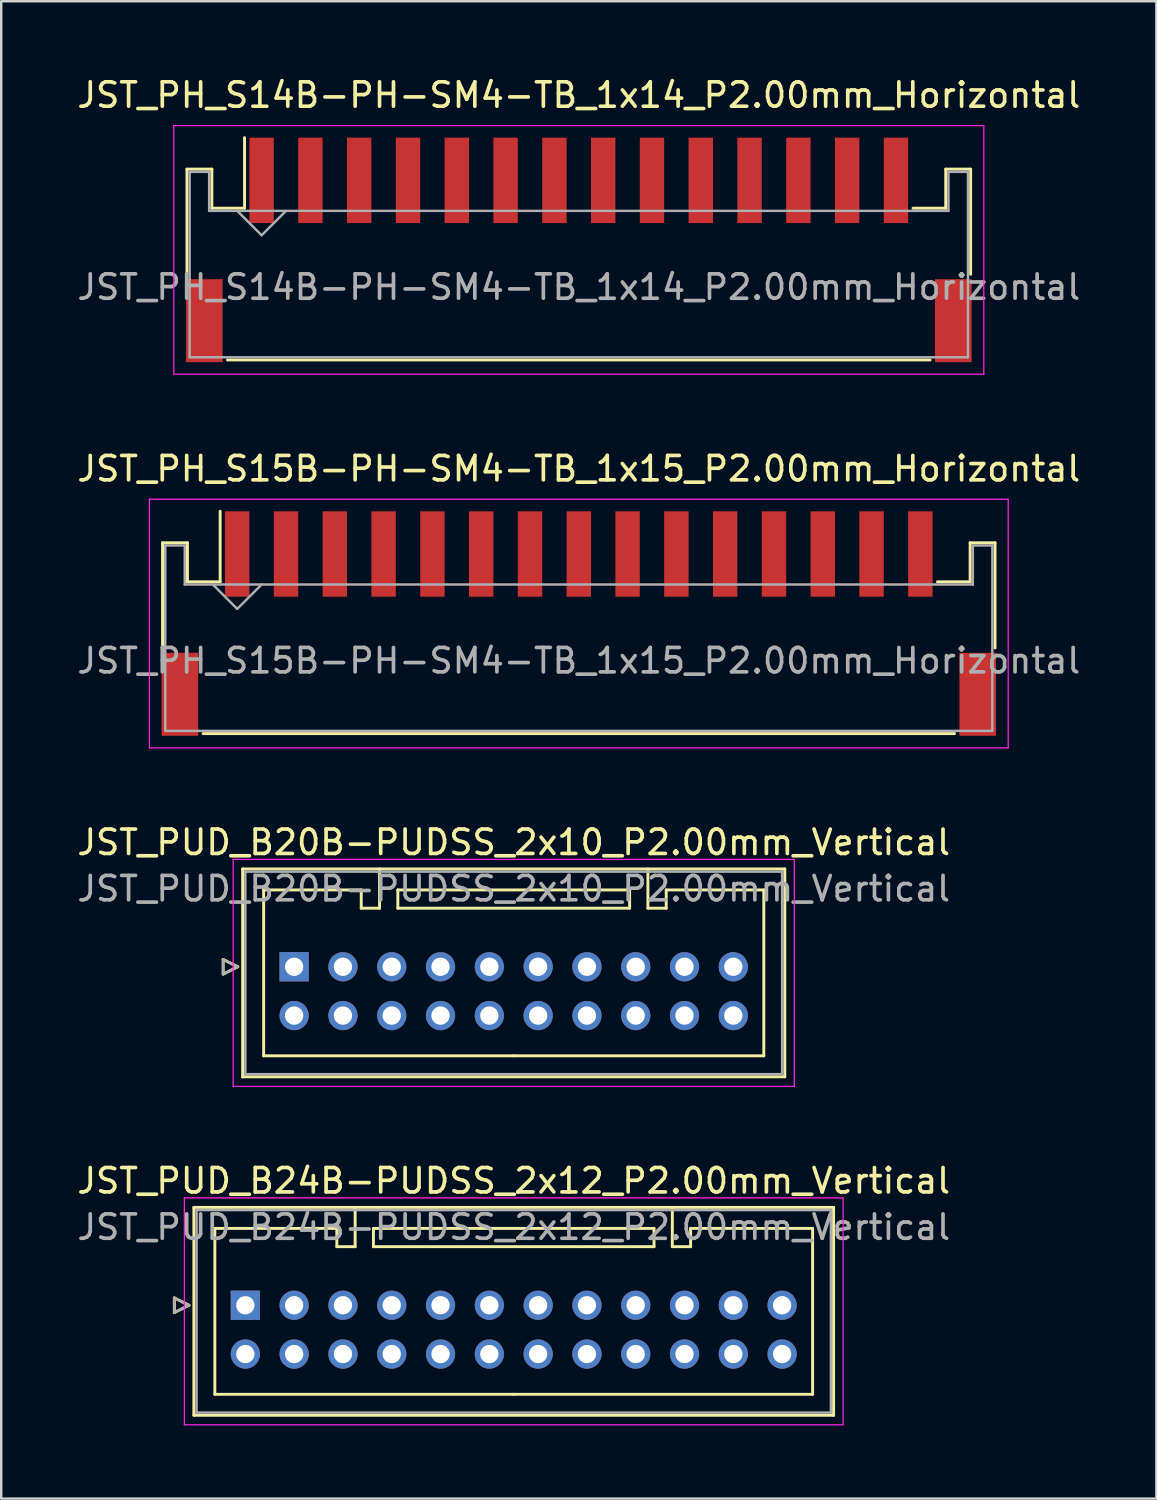
<source format=kicad_pcb>
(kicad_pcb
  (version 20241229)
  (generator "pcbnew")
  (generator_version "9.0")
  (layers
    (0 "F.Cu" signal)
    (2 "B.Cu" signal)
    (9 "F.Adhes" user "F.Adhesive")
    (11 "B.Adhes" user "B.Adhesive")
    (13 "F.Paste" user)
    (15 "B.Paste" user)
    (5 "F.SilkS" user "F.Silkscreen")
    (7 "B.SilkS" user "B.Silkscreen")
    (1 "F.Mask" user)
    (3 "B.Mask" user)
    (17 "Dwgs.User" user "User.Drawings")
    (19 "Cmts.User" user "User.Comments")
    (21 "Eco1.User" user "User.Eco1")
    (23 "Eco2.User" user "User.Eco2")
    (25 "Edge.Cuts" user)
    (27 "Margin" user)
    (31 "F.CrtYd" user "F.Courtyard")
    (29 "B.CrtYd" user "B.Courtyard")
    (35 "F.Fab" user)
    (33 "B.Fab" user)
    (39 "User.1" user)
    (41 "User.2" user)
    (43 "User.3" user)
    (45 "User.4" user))
  (footprint "JST_PUD_B24B-PUDSS_2x12_P2.00mm_Vertical"
    (layer "F.Cu")
    (at 7.006 50.448)
    (property "Reference" "JST_PUD_B24B-PUDSS_2x12_P2.00mm_Vertical" (at 11 -5.1 0) (layer "F.SilkS") (effects (font (size 1 1) (thickness 0.15))))
    (attr through_hole)
    (fp_line (start -2.91 -0.3) (end -2.31 0) (stroke (width 0.12) (type solid)) (layer "F.SilkS"))
    (fp_line (start -2.91 0.3) (end -2.91 -0.3) (stroke (width 0.12) (type solid)) (layer "F.SilkS"))
    (fp_line (start -2.31 0) (end -2.91 0.3) (stroke (width 0.12) (type solid)) (layer "F.SilkS"))
    (fp_line (start -2.11 -4.01) (end -2.11 4.51) (stroke (width 0.12) (type solid)) (layer "F.SilkS"))
    (fp_line (start -2.11 4.51) (end 24.11 4.51) (stroke (width 0.12) (type solid)) (layer "F.SilkS"))
    (fp_line (start -1.25 -3.15) (end -1.25 3.65) (stroke (width 0.12) (type solid)) (layer "F.SilkS"))
    (fp_line (start -1.25 3.65) (end 11 3.65) (stroke (width 0.12) (type solid)) (layer "F.SilkS"))
    (fp_line (start 3.75 -3.15) (end -1.25 -3.15) (stroke (width 0.12) (type solid)) (layer "F.SilkS"))
    (fp_line (start 3.75 -2.4) (end 3.75 -3.15) (stroke (width 0.12) (type solid)) (layer "F.SilkS"))
    (fp_line (start 4.5 -4.01) (end 4.5 -2.4) (stroke (width 0.12) (type solid)) (layer "F.SilkS"))
    (fp_line (start 4.5 -2.4) (end 3.75 -2.4) (stroke (width 0.12) (type solid)) (layer "F.SilkS"))
    (fp_line (start 5.25 -3.15) (end 5.25 -2.4) (stroke (width 0.12) (type solid)) (layer "F.SilkS"))
    (fp_line (start 5.25 -2.4) (end 16.75 -2.4) (stroke (width 0.12) (type solid)) (layer "F.SilkS"))
    (fp_line (start 16.75 -3.15) (end 5.25 -3.15) (stroke (width 0.12) (type solid)) (layer "F.SilkS"))
    (fp_line (start 16.75 -2.4) (end 16.75 -3.15) (stroke (width 0.12) (type solid)) (layer "F.SilkS"))
    (fp_line (start 17.5 -4.01) (end 17.5 -2.4) (stroke (width 0.12) (type solid)) (layer "F.SilkS"))
    (fp_line (start 17.5 -2.4) (end 18.25 -2.4) (stroke (width 0.12) (type solid)) (layer "F.SilkS"))
    (fp_line (start 18.25 -3.15) (end 23.25 -3.15) (stroke (width 0.12) (type solid)) (layer "F.SilkS"))
    (fp_line (start 18.25 -2.4) (end 18.25 -3.15) (stroke (width 0.12) (type solid)) (layer "F.SilkS"))
    (fp_line (start 23.25 -3.15) (end 23.25 3.65) (stroke (width 0.12) (type solid)) (layer "F.SilkS"))
    (fp_line (start 23.25 3.65) (end 11 3.65) (stroke (width 0.12) (type solid)) (layer "F.SilkS"))
    (fp_line (start 24.11 -4.01) (end -2.11 -4.01) (stroke (width 0.12) (type solid)) (layer "F.SilkS"))
    (fp_line (start 24.11 4.51) (end 24.11 -4.01) (stroke (width 0.12) (type solid)) (layer "F.SilkS"))
    (fp_line (start -2.5 -4.4) (end -2.5 4.9) (stroke (width 0.05) (type solid)) (layer "F.CrtYd"))
    (fp_line (start -2.5 4.9) (end 24.5 4.9) (stroke (width 0.05) (type solid)) (layer "F.CrtYd"))
    (fp_line (start 24.5 -4.4) (end -2.5 -4.4) (stroke (width 0.05) (type solid)) (layer "F.CrtYd"))
    (fp_line (start 24.5 4.9) (end 24.5 -4.4) (stroke (width 0.05) (type solid)) (layer "F.CrtYd"))
    (fp_line (start -2.91 -0.3) (end -2.31 0) (stroke (width 0.1) (type solid)) (layer "F.Fab"))
    (fp_line (start -2.91 0.3) (end -2.91 -0.3) (stroke (width 0.1) (type solid)) (layer "F.Fab"))
    (fp_line (start -2.31 0) (end -2.91 0.3) (stroke (width 0.1) (type solid)) (layer "F.Fab"))
    (fp_line (start -2 -3.9) (end -2 4.4) (stroke (width 0.1) (type solid)) (layer "F.Fab"))
    (fp_line (start -2 4.4) (end 24 4.4) (stroke (width 0.1) (type solid)) (layer "F.Fab"))
    (fp_line (start 24 -3.9) (end -2 -3.9) (stroke (width 0.1) (type solid)) (layer "F.Fab"))
    (fp_line (start 24 4.4) (end 24 -3.9) (stroke (width 0.1) (type solid)) (layer "F.Fab"))
    (fp_text user "${REFERENCE}" (at 11 -3.2 0) (layer "F.Fab") (effects (font (size 1 1) (thickness 0.15))))
    (pad "1" thru_hole rect (at 0 0) (size 1.2 1.2) (drill 0.75) (layers "*.Cu" "*.Mask"))
    (pad "2" thru_hole circle (at 0 2) (size 1.2 1.2) (drill 0.75) (layers "*.Cu" "*.Mask"))
    (pad "3" thru_hole circle (at 2 0) (size 1.2 1.2) (drill 0.75) (layers "*.Cu" "*.Mask"))
    (pad "4" thru_hole circle (at 2 2) (size 1.2 1.2) (drill 0.75) (layers "*.Cu" "*.Mask"))
    (pad "5" thru_hole circle (at 4 0) (size 1.2 1.2) (drill 0.75) (layers "*.Cu" "*.Mask"))
    (pad "6" thru_hole circle (at 4 2) (size 1.2 1.2) (drill 0.75) (layers "*.Cu" "*.Mask"))
    (pad "7" thru_hole circle (at 6 0) (size 1.2 1.2) (drill 0.75) (layers "*.Cu" "*.Mask"))
    (pad "8" thru_hole circle (at 6 2) (size 1.2 1.2) (drill 0.75) (layers "*.Cu" "*.Mask"))
    (pad "9" thru_hole circle (at 8 0) (size 1.2 1.2) (drill 0.75) (layers "*.Cu" "*.Mask"))
    (pad "10" thru_hole circle (at 8 2) (size 1.2 1.2) (drill 0.75) (layers "*.Cu" "*.Mask"))
    (pad "11" thru_hole circle (at 10 0) (size 1.2 1.2) (drill 0.75) (layers "*.Cu" "*.Mask"))
    (pad "12" thru_hole circle (at 10 2) (size 1.2 1.2) (drill 0.75) (layers "*.Cu" "*.Mask"))
    (pad "13" thru_hole circle (at 12 0) (size 1.2 1.2) (drill 0.75) (layers "*.Cu" "*.Mask"))
    (pad "14" thru_hole circle (at 12 2) (size 1.2 1.2) (drill 0.75) (layers "*.Cu" "*.Mask"))
    (pad "15" thru_hole circle (at 14 0) (size 1.2 1.2) (drill 0.75) (layers "*.Cu" "*.Mask"))
    (pad "16" thru_hole circle (at 14 2) (size 1.2 1.2) (drill 0.75) (layers "*.Cu" "*.Mask"))
    (pad "17" thru_hole circle (at 16 0) (size 1.2 1.2) (drill 0.75) (layers "*.Cu" "*.Mask"))
    (pad "18" thru_hole circle (at 16 2) (size 1.2 1.2) (drill 0.75) (layers "*.Cu" "*.Mask"))
    (pad "19" thru_hole circle (at 18 0) (size 1.2 1.2) (drill 0.75) (layers "*.Cu" "*.Mask"))
    (pad "20" thru_hole circle (at 18 2) (size 1.2 1.2) (drill 0.75) (layers "*.Cu" "*.Mask"))
    (pad "21" thru_hole circle (at 20 0) (size 1.2 1.2) (drill 0.75) (layers "*.Cu" "*.Mask"))
    (pad "22" thru_hole circle (at 20 2) (size 1.2 1.2) (drill 0.75) (layers "*.Cu" "*.Mask"))
    (pad "23" thru_hole circle (at 22 0) (size 1.2 1.2) (drill 0.75) (layers "*.Cu" "*.Mask"))
    (pad "24" thru_hole circle (at 22 2) (size 1.2 1.2) (drill 0.75) (layers "*.Cu" "*.Mask")))
  (footprint "JST_PH_S15B-PH-SM4-TB_1x15_P2.00mm_Horizontal"
    (layer "F.Cu")
    (at 20.673 22.532)
    (property "Reference" "JST_PH_S15B-PH-SM4-TB_1x15_P2.00mm_Horizontal" (at 0 -6.37 0) (layer "F.SilkS") (effects (font (size 1 1) (thickness 0.15))))
    (attr smd)
    (fp_line (start -17.06 -3.335) (end -17.06 0.975) (stroke (width 0.12) (type solid)) (layer "F.SilkS"))
    (fp_line (start -16.04 -3.335) (end -17.06 -3.335) (stroke (width 0.12) (type solid)) (layer "F.SilkS"))
    (fp_line (start -16.04 -1.735) (end -16.04 -3.335) (stroke (width 0.12) (type solid)) (layer "F.SilkS"))
    (fp_line (start -15.4 4.485) (end 15.4 4.485) (stroke (width 0.12) (type solid)) (layer "F.SilkS"))
    (fp_line (start -14.7 -1.735) (end -16.04 -1.735) (stroke (width 0.12) (type solid)) (layer "F.SilkS"))
    (fp_line (start -14.7 -1.735) (end -14.7 -4.625) (stroke (width 0.12) (type solid)) (layer "F.SilkS"))
    (fp_line (start 16.04 -3.335) (end 16.04 -1.735) (stroke (width 0.12) (type solid)) (layer "F.SilkS"))
    (fp_line (start 16.04 -1.735) (end 14.7 -1.735) (stroke (width 0.12) (type solid)) (layer "F.SilkS"))
    (fp_line (start 17.06 -3.335) (end 16.04 -3.335) (stroke (width 0.12) (type solid)) (layer "F.SilkS"))
    (fp_line (start 17.06 0.975) (end 17.06 -3.335) (stroke (width 0.12) (type solid)) (layer "F.SilkS"))
    (fp_line (start -17.6 -5.12) (end -17.6 5.07) (stroke (width 0.05) (type solid)) (layer "F.CrtYd"))
    (fp_line (start -17.6 5.07) (end 17.6 5.07) (stroke (width 0.05) (type solid)) (layer "F.CrtYd"))
    (fp_line (start 17.6 -5.12) (end -17.6 -5.12) (stroke (width 0.05) (type solid)) (layer "F.CrtYd"))
    (fp_line (start 17.6 5.07) (end 17.6 -5.12) (stroke (width 0.05) (type solid)) (layer "F.CrtYd"))
    (fp_line (start -16.95 -3.225) (end -16.95 4.375) (stroke (width 0.1) (type solid)) (layer "F.Fab"))
    (fp_line (start -16.95 4.375) (end 16.95 4.375) (stroke (width 0.1) (type solid)) (layer "F.Fab"))
    (fp_line (start -16.15 -3.225) (end -16.95 -3.225) (stroke (width 0.1) (type solid)) (layer "F.Fab"))
    (fp_line (start -16.15 -1.625) (end -16.15 -3.225) (stroke (width 0.1) (type solid)) (layer "F.Fab"))
    (fp_line (start -15 -1.625) (end -14 -0.625) (stroke (width 0.1) (type solid)) (layer "F.Fab"))
    (fp_line (start -14 -0.625) (end -13 -1.625) (stroke (width 0.1) (type solid)) (layer "F.Fab"))
    (fp_line (start 16.15 -3.225) (end 16.15 -1.625) (stroke (width 0.1) (type solid)) (layer "F.Fab"))
    (fp_line (start 16.15 -1.625) (end -16.15 -1.625) (stroke (width 0.1) (type solid)) (layer "F.Fab"))
    (fp_line (start 16.95 -3.225) (end 16.15 -3.225) (stroke (width 0.1) (type solid)) (layer "F.Fab"))
    (fp_line (start 16.95 4.375) (end 16.95 -3.225) (stroke (width 0.1) (type solid)) (layer "F.Fab"))
    (fp_text user "${REFERENCE}" (at 0 1.5 0) (layer "F.Fab") (effects (font (size 1 1) (thickness 0.15))))
    (pad "" smd rect (at -16.35 2.875) (size 1.5 3.4) (layers "F.Cu" "F.Mask" "F.Paste"))
    (pad "" smd rect (at 16.35 2.875) (size 1.5 3.4) (layers "F.Cu" "F.Mask" "F.Paste"))
    (pad "1" smd rect (at -14 -2.875) (size 1 3.5) (layers "F.Cu" "F.Mask" "F.Paste"))
    (pad "2" smd rect (at -12 -2.875) (size 1 3.5) (layers "F.Cu" "F.Mask" "F.Paste"))
    (pad "3" smd rect (at -10 -2.875) (size 1 3.5) (layers "F.Cu" "F.Mask" "F.Paste"))
    (pad "4" smd rect (at -8 -2.875) (size 1 3.5) (layers "F.Cu" "F.Mask" "F.Paste"))
    (pad "5" smd rect (at -6 -2.875) (size 1 3.5) (layers "F.Cu" "F.Mask" "F.Paste"))
    (pad "6" smd rect (at -4 -2.875) (size 1 3.5) (layers "F.Cu" "F.Mask" "F.Paste"))
    (pad "7" smd rect (at -2 -2.875) (size 1 3.5) (layers "F.Cu" "F.Mask" "F.Paste"))
    (pad "8" smd rect (at 0 -2.875) (size 1 3.5) (layers "F.Cu" "F.Mask" "F.Paste"))
    (pad "9" smd rect (at 2 -2.875) (size 1 3.5) (layers "F.Cu" "F.Mask" "F.Paste"))
    (pad "10" smd rect (at 4 -2.875) (size 1 3.5) (layers "F.Cu" "F.Mask" "F.Paste"))
    (pad "11" smd rect (at 6 -2.875) (size 1 3.5) (layers "F.Cu" "F.Mask" "F.Paste"))
    (pad "12" smd rect (at 8 -2.875) (size 1 3.5) (layers "F.Cu" "F.Mask" "F.Paste"))
    (pad "13" smd rect (at 10 -2.875) (size 1 3.5) (layers "F.Cu" "F.Mask" "F.Paste"))
    (pad "14" smd rect (at 12 -2.875) (size 1 3.5) (layers "F.Cu" "F.Mask" "F.Paste"))
    (pad "15" smd rect (at 14 -2.875) (size 1 3.5) (layers "F.Cu" "F.Mask" "F.Paste")))
  (footprint "JST_PUD_B20B-PUDSS_2x10_P2.00mm_Vertical"
    (layer "F.Cu")
    (at 9.006 36.575)
    (property "Reference" "JST_PUD_B20B-PUDSS_2x10_P2.00mm_Vertical" (at 9 -5.1 0) (layer "F.SilkS") (effects (font (size 1 1) (thickness 0.15))))
    (attr through_hole)
    (fp_line (start -2.91 -0.3) (end -2.31 0) (stroke (width 0.12) (type solid)) (layer "F.SilkS"))
    (fp_line (start -2.91 0.3) (end -2.91 -0.3) (stroke (width 0.12) (type solid)) (layer "F.SilkS"))
    (fp_line (start -2.31 0) (end -2.91 0.3) (stroke (width 0.12) (type solid)) (layer "F.SilkS"))
    (fp_line (start -2.11 -4.01) (end -2.11 4.51) (stroke (width 0.12) (type solid)) (layer "F.SilkS"))
    (fp_line (start -2.11 4.51) (end 20.11 4.51) (stroke (width 0.12) (type solid)) (layer "F.SilkS"))
    (fp_line (start -1.25 -3.15) (end -1.25 3.65) (stroke (width 0.12) (type solid)) (layer "F.SilkS"))
    (fp_line (start -1.25 3.65) (end 9 3.65) (stroke (width 0.12) (type solid)) (layer "F.SilkS"))
    (fp_line (start 2.75 -3.15) (end -1.25 -3.15) (stroke (width 0.12) (type solid)) (layer "F.SilkS"))
    (fp_line (start 2.75 -2.4) (end 2.75 -3.15) (stroke (width 0.12) (type solid)) (layer "F.SilkS"))
    (fp_line (start 3.5 -4.01) (end 3.5 -2.4) (stroke (width 0.12) (type solid)) (layer "F.SilkS"))
    (fp_line (start 3.5 -2.4) (end 2.75 -2.4) (stroke (width 0.12) (type solid)) (layer "F.SilkS"))
    (fp_line (start 4.25 -3.15) (end 4.25 -2.4) (stroke (width 0.12) (type solid)) (layer "F.SilkS"))
    (fp_line (start 4.25 -2.4) (end 13.75 -2.4) (stroke (width 0.12) (type solid)) (layer "F.SilkS"))
    (fp_line (start 13.75 -3.15) (end 4.25 -3.15) (stroke (width 0.12) (type solid)) (layer "F.SilkS"))
    (fp_line (start 13.75 -2.4) (end 13.75 -3.15) (stroke (width 0.12) (type solid)) (layer "F.SilkS"))
    (fp_line (start 14.5 -4.01) (end 14.5 -2.4) (stroke (width 0.12) (type solid)) (layer "F.SilkS"))
    (fp_line (start 14.5 -2.4) (end 15.25 -2.4) (stroke (width 0.12) (type solid)) (layer "F.SilkS"))
    (fp_line (start 15.25 -3.15) (end 19.25 -3.15) (stroke (width 0.12) (type solid)) (layer "F.SilkS"))
    (fp_line (start 15.25 -2.4) (end 15.25 -3.15) (stroke (width 0.12) (type solid)) (layer "F.SilkS"))
    (fp_line (start 19.25 -3.15) (end 19.25 3.65) (stroke (width 0.12) (type solid)) (layer "F.SilkS"))
    (fp_line (start 19.25 3.65) (end 9 3.65) (stroke (width 0.12) (type solid)) (layer "F.SilkS"))
    (fp_line (start 20.11 -4.01) (end -2.11 -4.01) (stroke (width 0.12) (type solid)) (layer "F.SilkS"))
    (fp_line (start 20.11 4.51) (end 20.11 -4.01) (stroke (width 0.12) (type solid)) (layer "F.SilkS"))
    (fp_line (start -2.5 -4.4) (end -2.5 4.9) (stroke (width 0.05) (type solid)) (layer "F.CrtYd"))
    (fp_line (start -2.5 4.9) (end 20.5 4.9) (stroke (width 0.05) (type solid)) (layer "F.CrtYd"))
    (fp_line (start 20.5 -4.4) (end -2.5 -4.4) (stroke (width 0.05) (type solid)) (layer "F.CrtYd"))
    (fp_line (start 20.5 4.9) (end 20.5 -4.4) (stroke (width 0.05) (type solid)) (layer "F.CrtYd"))
    (fp_line (start -2.91 -0.3) (end -2.31 0) (stroke (width 0.1) (type solid)) (layer "F.Fab"))
    (fp_line (start -2.91 0.3) (end -2.91 -0.3) (stroke (width 0.1) (type solid)) (layer "F.Fab"))
    (fp_line (start -2.31 0) (end -2.91 0.3) (stroke (width 0.1) (type solid)) (layer "F.Fab"))
    (fp_line (start -2 -3.9) (end -2 4.4) (stroke (width 0.1) (type solid)) (layer "F.Fab"))
    (fp_line (start -2 4.4) (end 20 4.4) (stroke (width 0.1) (type solid)) (layer "F.Fab"))
    (fp_line (start 20 -3.9) (end -2 -3.9) (stroke (width 0.1) (type solid)) (layer "F.Fab"))
    (fp_line (start 20 4.4) (end 20 -3.9) (stroke (width 0.1) (type solid)) (layer "F.Fab"))
    (fp_text user "${REFERENCE}" (at 9 -3.2 0) (layer "F.Fab") (effects (font (size 1 1) (thickness 0.15))))
    (pad "1" thru_hole rect (at 0 0) (size 1.2 1.2) (drill 0.75) (layers "*.Cu" "*.Mask"))
    (pad "2" thru_hole circle (at 0 2) (size 1.2 1.2) (drill 0.75) (layers "*.Cu" "*.Mask"))
    (pad "3" thru_hole circle (at 2 0) (size 1.2 1.2) (drill 0.75) (layers "*.Cu" "*.Mask"))
    (pad "4" thru_hole circle (at 2 2) (size 1.2 1.2) (drill 0.75) (layers "*.Cu" "*.Mask"))
    (pad "5" thru_hole circle (at 4 0) (size 1.2 1.2) (drill 0.75) (layers "*.Cu" "*.Mask"))
    (pad "6" thru_hole circle (at 4 2) (size 1.2 1.2) (drill 0.75) (layers "*.Cu" "*.Mask"))
    (pad "7" thru_hole circle (at 6 0) (size 1.2 1.2) (drill 0.75) (layers "*.Cu" "*.Mask"))
    (pad "8" thru_hole circle (at 6 2) (size 1.2 1.2) (drill 0.75) (layers "*.Cu" "*.Mask"))
    (pad "9" thru_hole circle (at 8 0) (size 1.2 1.2) (drill 0.75) (layers "*.Cu" "*.Mask"))
    (pad "10" thru_hole circle (at 8 2) (size 1.2 1.2) (drill 0.75) (layers "*.Cu" "*.Mask"))
    (pad "11" thru_hole circle (at 10 0) (size 1.2 1.2) (drill 0.75) (layers "*.Cu" "*.Mask"))
    (pad "12" thru_hole circle (at 10 2) (size 1.2 1.2) (drill 0.75) (layers "*.Cu" "*.Mask"))
    (pad "13" thru_hole circle (at 12 0) (size 1.2 1.2) (drill 0.75) (layers "*.Cu" "*.Mask"))
    (pad "14" thru_hole circle (at 12 2) (size 1.2 1.2) (drill 0.75) (layers "*.Cu" "*.Mask"))
    (pad "15" thru_hole circle (at 14 0) (size 1.2 1.2) (drill 0.75) (layers "*.Cu" "*.Mask"))
    (pad "16" thru_hole circle (at 14 2) (size 1.2 1.2) (drill 0.75) (layers "*.Cu" "*.Mask"))
    (pad "17" thru_hole circle (at 16 0) (size 1.2 1.2) (drill 0.75) (layers "*.Cu" "*.Mask"))
    (pad "18" thru_hole circle (at 16 2) (size 1.2 1.2) (drill 0.75) (layers "*.Cu" "*.Mask"))
    (pad "19" thru_hole circle (at 18 0) (size 1.2 1.2) (drill 0.75) (layers "*.Cu" "*.Mask"))
    (pad "20" thru_hole circle (at 18 2) (size 1.2 1.2) (drill 0.75) (layers "*.Cu" "*.Mask")))
  (footprint "JST_PH_S14B-PH-SM4-TB_1x14_P2.00mm_Horizontal"
    (layer "F.Cu")
    (at 20.673 7.218)
    (property "Reference" "JST_PH_S14B-PH-SM4-TB_1x14_P2.00mm_Horizontal" (at 0 -6.37 0) (layer "F.SilkS") (effects (font (size 1 1) (thickness 0.15))))
    (attr smd)
    (fp_line (start -16.06 -3.335) (end -16.06 0.975) (stroke (width 0.12) (type solid)) (layer "F.SilkS"))
    (fp_line (start -15.04 -3.335) (end -16.06 -3.335) (stroke (width 0.12) (type solid)) (layer "F.SilkS"))
    (fp_line (start -15.04 -1.735) (end -15.04 -3.335) (stroke (width 0.12) (type solid)) (layer "F.SilkS"))
    (fp_line (start -14.4 4.485) (end 14.4 4.485) (stroke (width 0.12) (type solid)) (layer "F.SilkS"))
    (fp_line (start -13.7 -1.735) (end -15.04 -1.735) (stroke (width 0.12) (type solid)) (layer "F.SilkS"))
    (fp_line (start -13.7 -1.735) (end -13.7 -4.625) (stroke (width 0.12) (type solid)) (layer "F.SilkS"))
    (fp_line (start 15.04 -3.335) (end 15.04 -1.735) (stroke (width 0.12) (type solid)) (layer "F.SilkS"))
    (fp_line (start 15.04 -1.735) (end 13.7 -1.735) (stroke (width 0.12) (type solid)) (layer "F.SilkS"))
    (fp_line (start 16.06 -3.335) (end 15.04 -3.335) (stroke (width 0.12) (type solid)) (layer "F.SilkS"))
    (fp_line (start 16.06 0.975) (end 16.06 -3.335) (stroke (width 0.12) (type solid)) (layer "F.SilkS"))
    (fp_line (start -16.6 -5.12) (end -16.6 5.07) (stroke (width 0.05) (type solid)) (layer "F.CrtYd"))
    (fp_line (start -16.6 5.07) (end 16.6 5.07) (stroke (width 0.05) (type solid)) (layer "F.CrtYd"))
    (fp_line (start 16.6 -5.12) (end -16.6 -5.12) (stroke (width 0.05) (type solid)) (layer "F.CrtYd"))
    (fp_line (start 16.6 5.07) (end 16.6 -5.12) (stroke (width 0.05) (type solid)) (layer "F.CrtYd"))
    (fp_line (start -15.95 -3.225) (end -15.95 4.375) (stroke (width 0.1) (type solid)) (layer "F.Fab"))
    (fp_line (start -15.95 4.375) (end 15.95 4.375) (stroke (width 0.1) (type solid)) (layer "F.Fab"))
    (fp_line (start -15.15 -3.225) (end -15.95 -3.225) (stroke (width 0.1) (type solid)) (layer "F.Fab"))
    (fp_line (start -15.15 -1.625) (end -15.15 -3.225) (stroke (width 0.1) (type solid)) (layer "F.Fab"))
    (fp_line (start -14 -1.625) (end -13 -0.625) (stroke (width 0.1) (type solid)) (layer "F.Fab"))
    (fp_line (start -13 -0.625) (end -12 -1.625) (stroke (width 0.1) (type solid)) (layer "F.Fab"))
    (fp_line (start 15.15 -3.225) (end 15.15 -1.625) (stroke (width 0.1) (type solid)) (layer "F.Fab"))
    (fp_line (start 15.15 -1.625) (end -15.15 -1.625) (stroke (width 0.1) (type solid)) (layer "F.Fab"))
    (fp_line (start 15.95 -3.225) (end 15.15 -3.225) (stroke (width 0.1) (type solid)) (layer "F.Fab"))
    (fp_line (start 15.95 4.375) (end 15.95 -3.225) (stroke (width 0.1) (type solid)) (layer "F.Fab"))
    (fp_text user "${REFERENCE}" (at 0 1.5 0) (layer "F.Fab") (effects (font (size 1 1) (thickness 0.15))))
    (pad "" smd rect (at -15.35 2.875) (size 1.5 3.4) (layers "F.Cu" "F.Mask" "F.Paste"))
    (pad "" smd rect (at 15.35 2.875) (size 1.5 3.4) (layers "F.Cu" "F.Mask" "F.Paste"))
    (pad "1" smd rect (at -13 -2.875) (size 1 3.5) (layers "F.Cu" "F.Mask" "F.Paste"))
    (pad "2" smd rect (at -11 -2.875) (size 1 3.5) (layers "F.Cu" "F.Mask" "F.Paste"))
    (pad "3" smd rect (at -9 -2.875) (size 1 3.5) (layers "F.Cu" "F.Mask" "F.Paste"))
    (pad "4" smd rect (at -7 -2.875) (size 1 3.5) (layers "F.Cu" "F.Mask" "F.Paste"))
    (pad "5" smd rect (at -5 -2.875) (size 1 3.5) (layers "F.Cu" "F.Mask" "F.Paste"))
    (pad "6" smd rect (at -3 -2.875) (size 1 3.5) (layers "F.Cu" "F.Mask" "F.Paste"))
    (pad "7" smd rect (at -1 -2.875) (size 1 3.5) (layers "F.Cu" "F.Mask" "F.Paste"))
    (pad "8" smd rect (at 1 -2.875) (size 1 3.5) (layers "F.Cu" "F.Mask" "F.Paste"))
    (pad "9" smd rect (at 3 -2.875) (size 1 3.5) (layers "F.Cu" "F.Mask" "F.Paste"))
    (pad "10" smd rect (at 5 -2.875) (size 1 3.5) (layers "F.Cu" "F.Mask" "F.Paste"))
    (pad "11" smd rect (at 7 -2.875) (size 1 3.5) (layers "F.Cu" "F.Mask" "F.Paste"))
    (pad "12" smd rect (at 9 -2.875) (size 1 3.5) (layers "F.Cu" "F.Mask" "F.Paste"))
    (pad "13" smd rect (at 11 -2.875) (size 1 3.5) (layers "F.Cu" "F.Mask" "F.Paste"))
    (pad "14" smd rect (at 13 -2.875) (size 1 3.5) (layers "F.Cu" "F.Mask" "F.Paste")))
  (gr_rect
    (start -3 -3)
    (end 44.345 58.373)
    (stroke (width 0.1) (type default))
    (fill no)
    (layer "Edge.Cuts")))
</source>
